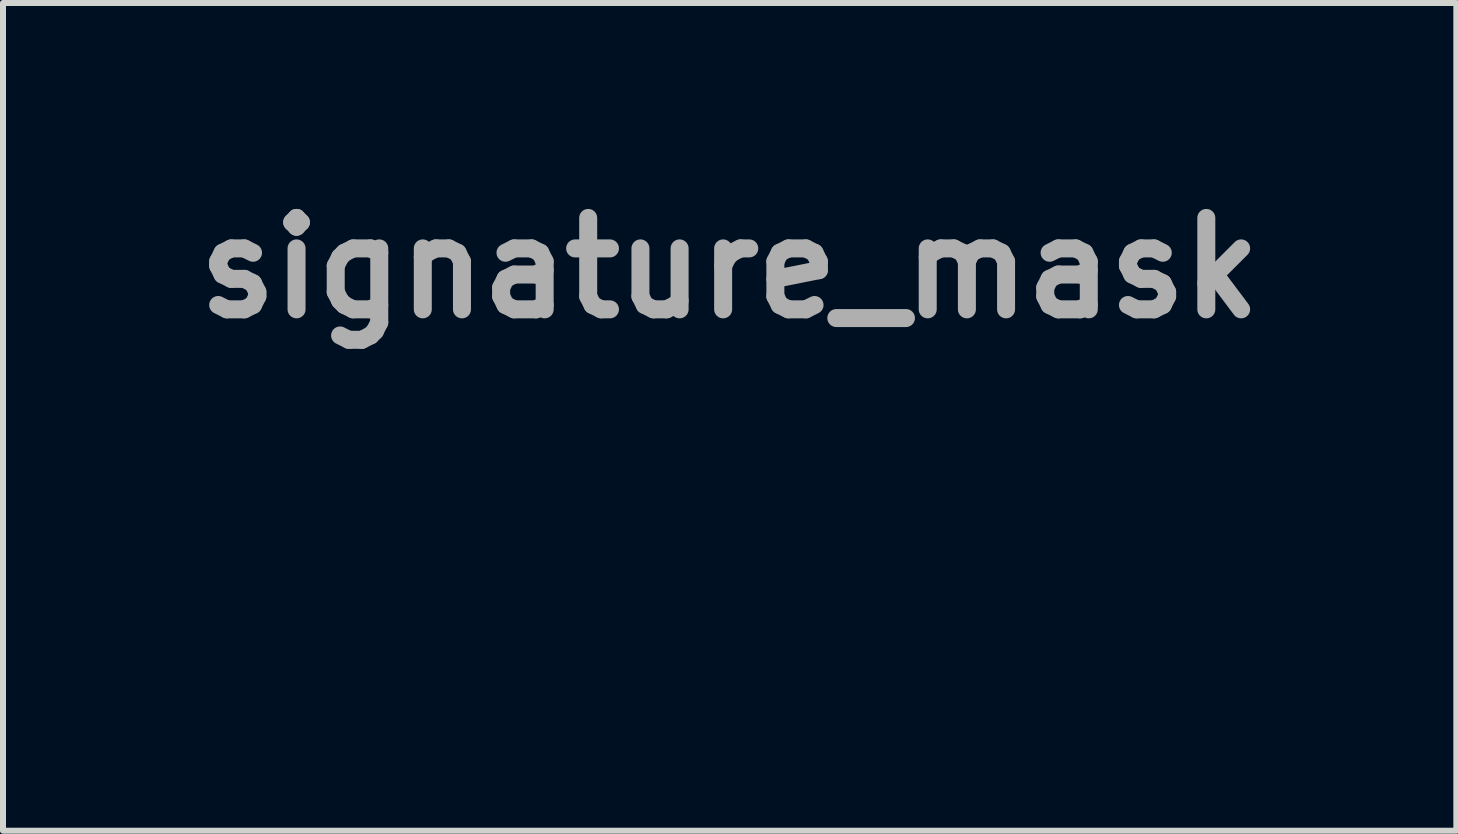
<source format=kicad_pcb>
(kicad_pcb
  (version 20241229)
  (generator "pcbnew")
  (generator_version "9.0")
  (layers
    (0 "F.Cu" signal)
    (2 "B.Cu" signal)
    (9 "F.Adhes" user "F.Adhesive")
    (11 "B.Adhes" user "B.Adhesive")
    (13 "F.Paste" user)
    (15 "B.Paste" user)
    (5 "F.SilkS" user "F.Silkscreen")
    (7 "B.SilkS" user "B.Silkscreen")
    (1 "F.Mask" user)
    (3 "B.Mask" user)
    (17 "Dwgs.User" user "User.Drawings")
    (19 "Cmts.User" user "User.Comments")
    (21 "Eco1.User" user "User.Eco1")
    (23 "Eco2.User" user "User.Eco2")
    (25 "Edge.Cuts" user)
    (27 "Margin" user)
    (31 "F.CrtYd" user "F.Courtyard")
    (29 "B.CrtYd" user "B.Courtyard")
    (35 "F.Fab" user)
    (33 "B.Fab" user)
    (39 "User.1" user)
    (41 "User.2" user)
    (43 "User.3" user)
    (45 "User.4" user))
  (footprint "signature_mask"
    (layer "F.Cu")
    (at 9.115 5.718)
    (property "Reference" "signature_mask" (at 0 -4.3 0) (layer "F.Fab") (effects (font (size 1.524 1.524) (thickness 0.3))))
    (attr board_only exclude_from_pos_files exclude_from_bom)
    (fp_poly (pts (xy -1.745 -2.35) (xy -1.718 -2.339) (xy -1.695 -2.319) (xy -1.691 -2.315) (xy -1.674 -2.287) (xy -1.669 -2.257) (xy -1.677 -2.225) (xy -1.68 -2.219) (xy -1.693 -2.196) (xy -1.709 -2.18) (xy -1.732 -2.169) (xy -1.763 -2.159) (xy -1.764 -2.159) (xy -1.796 -2.148) (xy -1.838 -2.13) (xy -1.887 -2.106) (xy -1.943 -2.076) (xy -1.984 -2.052) (xy -2.086 -1.99) (xy -2.195 -1.92) (xy -2.31 -1.842) (xy -2.431 -1.756) (xy -2.556 -1.665) (xy -2.683 -1.568) (xy -2.813 -1.468) (xy -2.943 -1.364) (xy -3.072 -1.258) (xy -3.199 -1.15) (xy -3.323 -1.042) (xy -3.443 -0.935) (xy -3.558 -0.83) (xy -3.666 -0.726) (xy -3.718 -0.675) (xy -3.803 -0.588) (xy -3.879 -0.508) (xy -3.944 -0.435) (xy -4 -0.368) (xy -4.048 -0.307) (xy -4.073 -0.271) (xy -4.09 -0.244) (xy -4.105 -0.215) (xy -4.119 -0.186) (xy -4.13 -0.16) (xy -4.137 -0.138) (xy -4.139 -0.124) (xy -4.136 -0.119) (xy -4.126 -0.117) (xy -4.114 -0.114) (xy -4.098 -0.112) (xy -4.072 -0.111) (xy -4.037 -0.11) (xy -3.997 -0.11) (xy -3.953 -0.11) (xy -3.909 -0.111) (xy -3.868 -0.113) (xy -3.83 -0.115) (xy -3.83 -0.115) (xy -3.794 -0.117) (xy -3.764 -0.119) (xy -3.738 -0.121) (xy -3.713 -0.123) (xy -3.688 -0.125) (xy -3.659 -0.128) (xy -3.625 -0.131) (xy -3.583 -0.135) (xy -3.53 -0.139) (xy -3.509 -0.141) (xy -3.474 -0.145) (xy -3.442 -0.147) (xy -3.418 -0.149) (xy -3.403 -0.151) (xy -3.4 -0.151) (xy -3.388 -0.151) (xy -3.368 -0.153) (xy -3.35 -0.155) (xy -3.291 -0.16) (xy -3.238 -0.165) (xy -3.187 -0.168) (xy -3.137 -0.171) (xy -3.083 -0.173) (xy -3.024 -0.174) (xy -2.957 -0.174) (xy -2.9 -0.175) (xy -2.83 -0.175) (xy -2.771 -0.174) (xy -2.721 -0.173) (xy -2.678 -0.172) (xy -2.641 -0.17) (xy -2.606 -0.167) (xy -2.573 -0.163) (xy -2.539 -0.158) (xy -2.523 -0.156) (xy -2.502 -0.153) (xy -2.48 -0.149) (xy -2.459 -0.146) (xy -2.441 -0.142) (xy -2.441 -0.142) (xy -2.424 -0.139) (xy -2.401 -0.136) (xy -2.395 -0.135) (xy -2.376 -0.132) (xy -2.363 -0.129) (xy -2.36 -0.128) (xy -2.353 -0.125) (xy -2.34 -0.122) (xy -2.318 -0.117) (xy -2.308 -0.115) (xy -2.286 -0.109) (xy -2.255 -0.099) (xy -2.219 -0.087) (xy -2.182 -0.073) (xy -2.147 -0.059) (xy -2.128 -0.05) (xy -2.056 -0.013) (xy -1.986 0.034) (xy -1.922 0.086) (xy -1.865 0.142) (xy -1.824 0.193) (xy -1.799 0.229) (xy -1.777 0.268) (xy -1.757 0.304) (xy -1.743 0.336) (xy -1.74 0.346) (xy -1.733 0.362) (xy -1.726 0.368) (xy -1.721 0.367) (xy -1.711 0.364) (xy -1.691 0.357) (xy -1.663 0.347) (xy -1.629 0.336) (xy -1.594 0.324) (xy -1.556 0.311) (xy -1.521 0.3) (xy -1.491 0.289) (xy -1.469 0.282) (xy -1.459 0.278) (xy -1.446 0.273) (xy -1.435 0.268) (xy -1.421 0.262) (xy -1.402 0.255) (xy -1.376 0.245) (xy -1.343 0.232) (xy -1.314 0.22) (xy -1.29 0.211) (xy -1.27 0.202) (xy -1.25 0.194) (xy -1.228 0.184) (xy -1.2 0.172) (xy -1.164 0.156) (xy -1.148 0.148) (xy -1.105 0.128) (xy -1.072 0.11) (xy -1.045 0.092) (xy -1.019 0.072) (xy -1.016 0.069) (xy -0.951 0.014) (xy -0.893 -0.034) (xy -0.842 -0.074) (xy -0.794 -0.107) (xy -0.749 -0.135) (xy -0.706 -0.16) (xy -0.662 -0.181) (xy -0.652 -0.186) (xy -0.628 -0.194) (xy -0.597 -0.201) (xy -0.564 -0.207) (xy -0.534 -0.209) (xy -0.513 -0.209) (xy -0.493 -0.205) (xy -0.472 -0.2) (xy -0.456 -0.194) (xy -0.453 -0.192) (xy -0.442 -0.187) (xy -0.427 -0.182) (xy -0.409 -0.174) (xy -0.387 -0.157) (xy -0.363 -0.134) (xy -0.341 -0.108) (xy -0.322 -0.083) (xy -0.315 -0.069) (xy -0.303 -0.036) (xy -0.295 0.000097) (xy -0.292 0.035) (xy -0.295 0.064) (xy -0.298 0.074) (xy -0.316 0.116) (xy -0.332 0.148) (xy -0.35 0.175) (xy -0.371 0.201) (xy -0.375 0.205) (xy -0.415 0.245) (xy -0.468 0.288) (xy -0.53 0.334) (xy -0.6 0.382) (xy -0.678 0.431) (xy -0.763 0.48) (xy -0.779 0.489) (xy -0.816 0.509) (xy -0.844 0.525) (xy -0.865 0.539) (xy -0.881 0.552) (xy -0.896 0.566) (xy -0.911 0.583) (xy -0.928 0.602) (xy -0.998 0.691) (xy -1.065 0.781) (xy -1.125 0.871) (xy -1.18 0.96) (xy -1.227 1.045) (xy -1.265 1.125) (xy -1.294 1.199) (xy -1.297 1.207) (xy -1.306 1.235) (xy -1.312 1.254) (xy -1.315 1.27) (xy -1.318 1.288) (xy -1.32 1.311) (xy -1.321 1.324) (xy -1.322 1.364) (xy -1.318 1.393) (xy -1.308 1.414) (xy -1.292 1.429) (xy -1.267 1.439) (xy -1.263 1.44) (xy -1.246 1.443) (xy -1.218 1.444) (xy -1.184 1.444) (xy -1.148 1.443) (xy -1.112 1.442) (xy -1.08 1.439) (xy -1.056 1.435) (xy -1.045 1.433) (xy -1.031 1.429) (xy -1.019 1.426) (xy -0.999 1.421) (xy -0.974 1.413) (xy 0.108 1.413) (xy 0.113 1.46) (xy 0.115 1.474) (xy 0.127 1.508) (xy 0.147 1.542) (xy 0.172 1.569) (xy 0.174 1.571) (xy 0.189 1.583) (xy 0.2 1.591) (xy 0.203 1.591) (xy 0.211 1.591) (xy 0.223 1.593) (xy 0.236 1.596) (xy 0.251 1.597) (xy 0.272 1.595) (xy 0.301 1.592) (xy 0.304 1.591) (xy 0.358 1.578) (xy 0.415 1.555) (xy 0.473 1.522) (xy 0.53 1.482) (xy 0.585 1.435) (xy 0.634 1.384) (xy 0.678 1.33) (xy 0.712 1.274) (xy 0.717 1.266) (xy 0.732 1.227) (xy 0.744 1.181) (xy 0.751 1.133) (xy 0.754 1.088) (xy 0.753 1.086) (xy 0.746 1.038) (xy 0.729 0.988) (xy 0.703 0.938) (xy 0.674 0.896) (xy 0.642 0.86) (xy 0.613 0.836) (xy 0.584 0.821) (xy 0.566 0.816) (xy 0.546 0.812) (xy 0.531 0.808) (xy 0.528 0.807) (xy 0.514 0.801) (xy 0.496 0.797) (xy 0.474 0.792) (xy 0.454 0.784) (xy 0.441 0.78) (xy 0.432 0.78) (xy 0.424 0.789) (xy 0.414 0.805) (xy 0.4 0.824) (xy 0.38 0.852) (xy 0.355 0.885) (xy 0.326 0.921) (xy 0.296 0.959) (xy 0.266 0.996) (xy 0.237 1.029) (xy 0.214 1.056) (xy 0.194 1.08) (xy 0.177 1.103) (xy 0.165 1.12) (xy 0.161 1.129) (xy 0.156 1.145) (xy 0.152 1.154) (xy 0.149 1.16) (xy 0.145 1.17) (xy 0.14 1.188) (xy 0.133 1.215) (xy 0.124 1.252) (xy 0.123 1.259) (xy 0.114 1.308) (xy 0.109 1.361) (xy 0.108 1.413) (xy -0.974 1.413) (xy -0.97 1.412) (xy -0.935 1.4) (xy -0.898 1.386) (xy -0.862 1.371) (xy -0.831 1.358) (xy -0.813 1.349) (xy -0.717 1.297) (xy -0.616 1.233) (xy -0.51 1.159) (xy -0.402 1.076) (xy -0.291 0.984) (xy -0.193 0.897) (xy -0.158 0.865) (xy -0.132 0.839) (xy -0.112 0.818) (xy -0.098 0.8) (xy -0.087 0.782) (xy -0.085 0.777) (xy -0.045 0.704) (xy 0.001 0.63) (xy 0.047 0.561) (xy 0.057 0.549) (xy 0.081 0.517) (xy 0.108 0.485) (xy 0.134 0.455) (xy 0.159 0.428) (xy 0.18 0.406) (xy 0.197 0.391) (xy 0.208 0.384) (xy 0.209 0.384) (xy 0.223 0.381) (xy 0.23 0.378) (xy 0.245 0.371) (xy 0.26 0.365) (xy 0.279 0.356) (xy 0.294 0.35) (xy 0.31 0.346) (xy 0.335 0.345) (xy 0.356 0.346) (xy 0.4 0.354) (xy 0.438 0.369) (xy 0.469 0.391) (xy 0.478 0.401) (xy 0.493 0.413) (xy 0.512 0.422) (xy 0.516 0.423) (xy 0.551 0.435) (xy 0.594 0.454) (xy 0.643 0.479) (xy 0.693 0.507) (xy 0.756 0.544) (xy 0.806 0.54) (xy 0.84 0.537) (xy 0.865 0.534) (xy 0.887 0.531) (xy 0.91 0.526) (xy 0.991 0.503) (xy 1.004 0.497) (xy 1.883 0.497) (xy 1.883 0.547) (xy 1.883 0.596) (xy 1.884 0.643) (xy 1.885 0.685) (xy 1.886 0.719) (xy 1.888 0.743) (xy 1.888 0.744) (xy 1.89 0.773) (xy 1.893 0.803) (xy 1.895 0.817) (xy 1.9 0.861) (xy 1.905 0.894) (xy 1.911 0.921) (xy 1.918 0.943) (xy 1.923 0.957) (xy 1.925 0.966) (xy 1.925 0.966) (xy 1.927 0.974) (xy 1.929 0.98) (xy 1.937 0.988) (xy 1.954 0.987) (xy 1.98 0.975) (xy 2.001 0.963) (xy 2.031 0.941) (xy 2.066 0.911) (xy 2.102 0.877) (xy 2.136 0.841) (xy 2.163 0.811) (xy 2.2 0.76) (xy 2.24 0.699) (xy 2.28 0.631) (xy 2.32 0.558) (xy 2.358 0.484) (xy 2.391 0.411) (xy 2.42 0.342) (xy 2.423 0.334) (xy 2.431 0.312) (xy 2.441 0.286) (xy 2.447 0.27) (xy 2.454 0.251) (xy 2.982 0.251) (xy 2.986 0.331) (xy 2.988 0.364) (xy 2.99 0.392) (xy 2.991 0.414) (xy 2.993 0.426) (xy 2.995 0.44) (xy 2.998 0.462) (xy 2.999 0.476) (xy 3.003 0.506) (xy 3.007 0.537) (xy 3.009 0.549) (xy 3.014 0.576) (xy 3.018 0.604) (xy 3.019 0.615) (xy 3.022 0.637) (xy 3.025 0.656) (xy 3.026 0.66) (xy 3.03 0.677) (xy 3.032 0.686) (xy 3.037 0.701) (xy 3.042 0.716) (xy 3.049 0.737) (xy 3.052 0.753) (xy 3.059 0.775) (xy 3.071 0.803) (xy 3.087 0.835) (xy 3.106 0.866) (xy 3.123 0.893) (xy 3.135 0.908) (xy 3.162 0.933) (xy 3.195 0.957) (xy 3.229 0.977) (xy 3.262 0.99) (xy 3.271 0.992) (xy 3.289 0.995) (xy 3.317 0.996) (xy 3.348 0.997) (xy 3.382 0.997) (xy 3.414 0.997) (xy 3.44 0.995) (xy 3.459 0.993) (xy 3.463 0.992) (xy 3.48 0.987) (xy 3.496 0.983) (xy 3.524 0.978) (xy 3.548 0.972) (xy 3.571 0.964) (xy 3.598 0.954) (xy 3.631 0.94) (xy 3.651 0.931) (xy 3.717 0.897) (xy 3.779 0.859) (xy 3.834 0.817) (xy 3.883 0.772) (xy 3.922 0.727) (xy 3.951 0.681) (xy 3.966 0.643) (xy 3.972 0.621) (xy 3.973 0.606) (xy 3.97 0.59) (xy 3.966 0.579) (xy 3.945 0.541) (xy 3.911 0.504) (xy 3.866 0.468) (xy 3.81 0.435) (xy 3.744 0.404) (xy 3.681 0.38) (xy 3.655 0.372) (xy 3.634 0.365) (xy 3.62 0.361) (xy 3.618 0.361) (xy 3.606 0.358) (xy 3.587 0.353) (xy 3.578 0.351) (xy 3.561 0.346) (xy 3.549 0.343) (xy 3.547 0.342) (xy 3.541 0.341) (xy 3.525 0.337) (xy 3.508 0.333) (xy 3.478 0.326) (xy 3.458 0.321) (xy 3.445 0.318) (xy 3.434 0.316) (xy 3.426 0.314) (xy 3.406 0.31) (xy 3.393 0.308) (xy 3.376 0.304) (xy 3.354 0.301) (xy 3.35 0.301) (xy 3.334 0.298) (xy 3.307 0.294) (xy 3.275 0.29) (xy 3.24 0.284) (xy 3.238 0.284) (xy 3.203 0.278) (xy 3.17 0.274) (xy 3.144 0.27) (xy 3.126 0.268) (xy 3.125 0.267) (xy 3.102 0.265) (xy 3.081 0.262) (xy 3.079 0.261) (xy 3.061 0.259) (xy 3.037 0.256) (xy 3.02 0.254) (xy 2.982 0.251) (xy 2.454 0.251) (xy 2.458 0.24) (xy 2.464 0.221) (xy 2.464 0.209) (xy 2.459 0.203) (xy 2.449 0.201) (xy 2.449 0.201) (xy 2.433 0.2) (xy 2.41 0.199) (xy 2.383 0.197) (xy 2.381 0.197) (xy 2.347 0.194) (xy 2.309 0.191) (xy 2.282 0.188) (xy 2.257 0.186) (xy 2.223 0.183) (xy 2.184 0.18) (xy 2.143 0.176) (xy 2.13 0.175) (xy 2.088 0.171) (xy 2.056 0.168) (xy 2.03 0.165) (xy 2.007 0.163) (xy 1.984 0.16) (xy 1.956 0.157) (xy 1.94 0.156) (xy 1.9 0.152) (xy 1.895 0.23) (xy 1.893 0.266) (xy 1.89 0.303) (xy 1.888 0.336) (xy 1.886 0.354) (xy 1.885 0.376) (xy 1.884 0.41) (xy 1.883 0.451) (xy 1.883 0.497) (xy 1.004 0.497) (xy 1.075 0.468) (xy 1.16 0.423) (xy 1.245 0.368) (xy 1.327 0.305) (xy 1.406 0.234) (xy 1.479 0.157) (xy 1.491 0.144) (xy 1.506 0.125) (xy 1.516 0.111) (xy 1.52 0.103) (xy 1.52 0.103) (xy 1.513 0.101) (xy 1.496 0.098) (xy 1.472 0.096) (xy 1.471 0.096) (xy 1.448 0.093) (xy 1.43 0.091) (xy 1.422 0.089) (xy 1.422 0.089) (xy 1.413 0.087) (xy 1.396 0.084) (xy 1.378 0.082) (xy 1.355 0.08) (xy 1.337 0.077) (xy 1.328 0.075) (xy 1.294 0.068) (xy 1.26 0.062) (xy 1.23 0.058) (xy 1.195 0.051) (xy 1.16 0.042) (xy 1.128 0.034) (xy 1.103 0.026) (xy 1.093 0.022) (xy 1.059 0.001) (xy 1.027 -0.026) (xy 1 -0.058) (xy 0.981 -0.091) (xy 0.973 -0.119) (xy 0.971 -0.139) (xy 0.971 -0.167) (xy 0.971 -0.195) (xy 0.973 -0.218) (xy 0.973 -0.225) (xy 0.985 -0.261) (xy 1.007 -0.296) (xy 1.037 -0.328) (xy 1.072 -0.353) (xy 1.089 -0.361) (xy 1.109 -0.37) (xy 1.126 -0.378) (xy 1.129 -0.379) (xy 1.142 -0.381) (xy 1.165 -0.382) (xy 1.194 -0.382) (xy 1.224 -0.379) (xy 1.252 -0.376) (xy 1.26 -0.375) (xy 1.295 -0.369) (xy 1.338 -0.363) (xy 1.363 -0.36) (xy 1.384 -0.357) (xy 1.412 -0.352) (xy 1.442 -0.347) (xy 1.445 -0.347) (xy 1.481 -0.34) (xy 1.507 -0.335) (xy 1.531 -0.331) (xy 1.554 -0.328) (xy 1.556 -0.327) (xy 1.577 -0.324) (xy 1.595 -0.321) (xy 1.609 -0.32) (xy 1.612 -0.325) (xy 1.615 -0.347) (xy 1.621 -0.37) (xy 1.626 -0.388) (xy 1.628 -0.392) (xy 1.632 -0.401) (xy 1.631 -0.403) (xy 1.631 -0.409) (xy 1.635 -0.424) (xy 1.638 -0.435) (xy 1.645 -0.457) (xy 1.65 -0.477) (xy 1.651 -0.482) (xy 1.655 -0.497) (xy 1.662 -0.519) (xy 1.668 -0.539) (xy 1.675 -0.561) (xy 1.681 -0.58) (xy 1.684 -0.589) (xy 1.688 -0.604) (xy 1.694 -0.627) (xy 1.703 -0.652) (xy 1.711 -0.677) (xy 1.719 -0.699) (xy 1.725 -0.713) (xy 1.727 -0.717) (xy 1.733 -0.729) (xy 1.733 -0.733) (xy 1.736 -0.745) (xy 1.742 -0.762) (xy 1.742 -0.763) (xy 1.749 -0.779) (xy 1.758 -0.803) (xy 1.769 -0.83) (xy 1.773 -0.84) (xy 1.787 -0.877) (xy 1.799 -0.906) (xy 1.809 -0.93) (xy 1.819 -0.953) (xy 1.832 -0.979) (xy 1.847 -1.01) (xy 1.874 -1.059) (xy 1.899 -1.097) (xy 1.926 -1.127) (xy 1.955 -1.15) (xy 1.99 -1.169) (xy 1.99 -1.169) (xy 2.015 -1.18) (xy 2.034 -1.186) (xy 2.051 -1.189) (xy 2.072 -1.188) (xy 2.086 -1.187) (xy 2.114 -1.184) (xy 2.135 -1.179) (xy 2.153 -1.172) (xy 2.174 -1.159) (xy 2.19 -1.147) (xy 2.214 -1.124) (xy 2.237 -1.093) (xy 2.255 -1.059) (xy 2.266 -1.028) (xy 2.272 -0.989) (xy 2.275 -0.943) (xy 2.276 -0.895) (xy 2.274 -0.858) (xy 2.267 -0.786) (xy 2.26 -0.727) (xy 2.253 -0.681) (xy 2.248 -0.655) (xy 2.243 -0.633) (xy 2.239 -0.613) (xy 2.238 -0.609) (xy 2.234 -0.59) (xy 2.229 -0.569) (xy 2.229 -0.569) (xy 2.225 -0.552) (xy 2.223 -0.541) (xy 2.223 -0.541) (xy 2.22 -0.532) (xy 2.214 -0.516) (xy 2.212 -0.511) (xy 2.204 -0.488) (xy 2.197 -0.462) (xy 2.195 -0.457) (xy 2.188 -0.432) (xy 2.178 -0.405) (xy 2.176 -0.4) (xy 2.168 -0.381) (xy 2.164 -0.367) (xy 2.163 -0.364) (xy 2.16 -0.353) (xy 2.154 -0.336) (xy 2.154 -0.335) (xy 2.146 -0.316) (xy 2.136 -0.292) (xy 2.133 -0.284) (xy 2.126 -0.265) (xy 2.12 -0.251) (xy 2.119 -0.247) (xy 2.123 -0.241) (xy 2.139 -0.236) (xy 2.169 -0.23) (xy 2.193 -0.227) (xy 2.216 -0.225) (xy 2.237 -0.222) (xy 2.239 -0.222) (xy 2.257 -0.22) (xy 2.282 -0.217) (xy 2.295 -0.215) (xy 2.32 -0.212) (xy 2.352 -0.209) (xy 2.383 -0.205) (xy 2.385 -0.205) (xy 2.412 -0.201) (xy 2.436 -0.198) (xy 2.452 -0.196) (xy 2.454 -0.195) (xy 2.469 -0.194) (xy 2.492 -0.191) (xy 2.518 -0.189) (xy 2.564 -0.184) (xy 2.573 -0.236) (xy 2.577 -0.263) (xy 2.581 -0.287) (xy 2.583 -0.303) (xy 2.583 -0.304) (xy 2.586 -0.324) (xy 2.589 -0.353) (xy 2.593 -0.386) (xy 2.598 -0.42) (xy 2.601 -0.45) (xy 2.603 -0.46) (xy 2.605 -0.478) (xy 2.608 -0.503) (xy 2.609 -0.513) (xy 2.612 -0.533) (xy 2.615 -0.562) (xy 2.62 -0.596) (xy 2.624 -0.625) (xy 2.629 -0.664) (xy 2.632 -0.693) (xy 2.635 -0.715) (xy 2.637 -0.733) (xy 2.639 -0.75) (xy 2.641 -0.77) (xy 2.642 -0.787) (xy 2.645 -0.811) (xy 2.647 -0.83) (xy 2.649 -0.84) (xy 2.649 -0.84) (xy 2.651 -0.848) (xy 2.653 -0.866) (xy 2.656 -0.89) (xy 2.656 -0.893) (xy 2.658 -0.918) (xy 2.661 -0.936) (xy 2.663 -0.946) (xy 2.663 -0.947) (xy 2.665 -0.956) (xy 2.668 -0.972) (xy 2.668 -0.974) (xy 2.676 -1.001) (xy 2.689 -1.033) (xy 2.707 -1.065) (xy 2.726 -1.091) (xy 2.727 -1.092) (xy 2.761 -1.121) (xy 2.802 -1.142) (xy 2.847 -1.153) (xy 2.893 -1.154) (xy 2.937 -1.144) (xy 2.953 -1.137) (xy 2.993 -1.112) (xy 3.025 -1.077) (xy 3.052 -1.032) (xy 3.052 -1.032) (xy 3.062 -1.01) (xy 3.068 -0.991) (xy 3.071 -0.97) (xy 3.072 -0.944) (xy 3.072 -0.926) (xy 3.071 -0.869) (xy 3.067 -0.814) (xy 3.06 -0.766) (xy 3.058 -0.759) (xy 3.055 -0.737) (xy 3.052 -0.722) (xy 3.047 -0.678) (xy 3.043 -0.646) (xy 3.042 -0.626) (xy 3.042 -0.618) (xy 3.041 -0.607) (xy 3.039 -0.584) (xy 3.036 -0.553) (xy 3.033 -0.516) (xy 3.028 -0.475) (xy 3.023 -0.432) (xy 3.019 -0.389) (xy 3.014 -0.35) (xy 3.013 -0.347) (xy 3.006 -0.286) (xy 3.001 -0.236) (xy 2.997 -0.197) (xy 2.995 -0.169) (xy 2.994 -0.129) (xy 3.027 -0.124) (xy 3.051 -0.12) (xy 3.075 -0.117) (xy 3.082 -0.115) (xy 3.106 -0.112) (xy 3.129 -0.109) (xy 3.146 -0.106) (xy 3.172 -0.102) (xy 3.201 -0.097) (xy 3.208 -0.095) (xy 3.237 -0.09) (xy 3.264 -0.086) (xy 3.284 -0.083) (xy 3.287 -0.082) (xy 3.306 -0.079) (xy 3.321 -0.076) (xy 3.322 -0.076) (xy 3.35 -0.069) (xy 3.39 -0.062) (xy 3.41 -0.058) (xy 3.426 -0.053) (xy 3.428 -0.052) (xy 3.437 -0.048) (xy 3.44 -0.049) (xy 3.445 -0.049) (xy 3.459 -0.047) (xy 3.464 -0.045) (xy 3.485 -0.04) (xy 3.503 -0.036) (xy 3.505 -0.036) (xy 3.52 -0.032) (xy 3.541 -0.027) (xy 3.558 -0.022) (xy 3.579 -0.017) (xy 3.595 -0.012) (xy 3.602 -0.011) (xy 3.627 -0.004) (xy 3.66 0.007) (xy 3.699 0.019) (xy 3.74 0.032) (xy 3.779 0.046) (xy 3.815 0.058) (xy 3.843 0.069) (xy 3.856 0.074) (xy 3.947 0.117) (xy 4.027 0.161) (xy 4.096 0.207) (xy 4.157 0.258) (xy 4.205 0.306) (xy 4.226 0.33) (xy 4.246 0.357) (xy 4.265 0.383) (xy 4.28 0.407) (xy 4.29 0.425) (xy 4.293 0.435) (xy 4.296 0.445) (xy 4.302 0.46) (xy 4.302 0.46) (xy 4.311 0.48) (xy 4.316 0.496) (xy 4.319 0.513) (xy 4.324 0.535) (xy 4.326 0.542) (xy 4.332 0.592) (xy 4.331 0.649) (xy 4.323 0.708) (xy 4.309 0.767) (xy 4.306 0.778) (xy 4.294 0.809) (xy 4.276 0.846) (xy 4.254 0.886) (xy 4.23 0.924) (xy 4.207 0.958) (xy 4.204 0.962) (xy 4.138 1.039) (xy 4.061 1.112) (xy 3.976 1.179) (xy 3.885 1.238) (xy 3.79 1.287) (xy 3.777 1.293) (xy 3.749 1.305) (xy 3.718 1.318) (xy 3.686 1.331) (xy 3.657 1.342) (xy 3.633 1.35) (xy 3.617 1.356) (xy 3.612 1.357) (xy 3.604 1.358) (xy 3.588 1.362) (xy 3.582 1.364) (xy 3.57 1.367) (xy 3.56 1.37) (xy 3.549 1.372) (xy 3.534 1.375) (xy 3.512 1.378) (xy 3.481 1.383) (xy 3.469 1.385) (xy 3.38 1.394) (xy 3.29 1.393) (xy 3.202 1.382) (xy 3.119 1.362) (xy 3.042 1.332) (xy 3.027 1.325) (xy 2.95 1.279) (xy 2.879 1.223) (xy 2.814 1.158) (xy 2.758 1.085) (xy 2.712 1.009) (xy 2.706 0.995) (xy 2.675 0.926) (xy 2.652 0.867) (xy 2.637 0.816) (xy 2.636 0.811) (xy 2.634 0.805) (xy 2.631 0.802) (xy 2.626 0.806) (xy 2.617 0.817) (xy 2.604 0.836) (xy 2.585 0.864) (xy 2.579 0.874) (xy 2.505 0.977) (xy 2.425 1.074) (xy 2.341 1.161) (xy 2.291 1.207) (xy 2.247 1.245) (xy 2.206 1.275) (xy 2.164 1.301) (xy 2.122 1.323) (xy 2.048 1.351) (xy 1.974 1.367) (xy 1.9 1.37) (xy 1.829 1.36) (xy 1.818 1.357) (xy 1.808 1.354) (xy 1.795 1.349) (xy 1.777 1.342) (xy 1.753 1.332) (xy 1.73 1.319) (xy 1.702 1.296) (xy 1.668 1.265) (xy 1.667 1.264) (xy 1.639 1.234) (xy 1.617 1.209) (xy 1.6 1.183) (xy 1.583 1.152) (xy 1.579 1.144) (xy 1.559 1.098) (xy 1.54 1.044) (xy 1.524 0.989) (xy 1.512 0.938) (xy 1.512 0.936) (xy 1.506 0.897) (xy 1.501 0.864) (xy 1.497 0.84) (xy 1.496 0.827) (xy 1.496 0.827) (xy 1.495 0.817) (xy 1.494 0.797) (xy 1.493 0.768) (xy 1.492 0.733) (xy 1.491 0.704) (xy 1.49 0.667) (xy 1.488 0.635) (xy 1.487 0.611) (xy 1.486 0.595) (xy 1.486 0.591) (xy 1.48 0.594) (xy 1.466 0.603) (xy 1.445 0.617) (xy 1.422 0.633) (xy 1.398 0.648) (xy 1.368 0.666) (xy 1.333 0.686) (xy 1.297 0.705) (xy 1.261 0.724) (xy 1.228 0.741) (xy 1.199 0.754) (xy 1.177 0.763) (xy 1.164 0.767) (xy 1.164 0.767) (xy 1.151 0.771) (xy 1.147 0.773) (xy 1.138 0.778) (xy 1.119 0.785) (xy 1.094 0.793) (xy 1.068 0.801) (xy 1.043 0.808) (xy 1.023 0.812) (xy 1.017 0.813) (xy 1.014 0.819) (xy 1.017 0.834) (xy 1.026 0.856) (xy 1.03 0.863) (xy 1.04 0.886) (xy 1.051 0.917) (xy 1.061 0.95) (xy 1.07 0.981) (xy 1.075 1.005) (xy 1.076 1.008) (xy 1.081 1.058) (xy 1.083 1.108) (xy 1.083 1.154) (xy 1.079 1.192) (xy 1.079 1.194) (xy 1.073 1.232) (xy 1.069 1.259) (xy 1.065 1.277) (xy 1.061 1.29) (xy 1.057 1.298) (xy 1.054 1.307) (xy 1.055 1.31) (xy 1.056 1.312) (xy 1.054 1.32) (xy 1.048 1.336) (xy 1.039 1.362) (xy 1.032 1.379) (xy 0.996 1.457) (xy 0.949 1.533) (xy 0.891 1.607) (xy 0.825 1.677) (xy 0.751 1.741) (xy 0.671 1.798) (xy 0.587 1.846) (xy 0.576 1.851) (xy 0.544 1.866) (xy 0.508 1.881) (xy 0.471 1.895) (xy 0.436 1.908) (xy 0.407 1.917) (xy 0.39 1.921) (xy 0.374 1.924) (xy 0.352 1.928) (xy 0.338 1.931) (xy 0.311 1.935) (xy 0.276 1.937) (xy 0.238 1.938) (xy 0.201 1.937) (xy 0.168 1.935) (xy 0.144 1.931) (xy 0.142 1.931) (xy 0.122 1.926) (xy 0.105 1.922) (xy 0.103 1.921) (xy 0.09 1.918) (xy 0.075 1.912) (xy 0.054 1.903) (xy 0.032 1.892) (xy -0.026 1.857) (xy -0.081 1.811) (xy -0.131 1.757) (xy -0.173 1.697) (xy -0.206 1.632) (xy -0.212 1.617) (xy -0.224 1.585) (xy -0.232 1.563) (xy -0.237 1.546) (xy -0.24 1.531) (xy -0.241 1.528) (xy -0.246 1.498) (xy -0.25 1.477) (xy -0.253 1.465) (xy -0.254 1.464) (xy -0.259 1.467) (xy -0.274 1.476) (xy -0.297 1.49) (xy -0.325 1.509) (xy -0.354 1.528) (xy -0.424 1.572) (xy -0.497 1.615) (xy -0.57 1.655) (xy -0.641 1.691) (xy -0.707 1.723) (xy -0.767 1.747) (xy -0.781 1.752) (xy -0.8 1.76) (xy -0.816 1.766) (xy -0.817 1.767) (xy -0.831 1.772) (xy -0.854 1.78) (xy -0.881 1.789) (xy -0.908 1.797) (xy -0.931 1.804) (xy -0.947 1.808) (xy -0.949 1.809) (xy -0.965 1.812) (xy -0.972 1.815) (xy -0.985 1.818) (xy -1.004 1.822) (xy -1.008 1.822) (xy -1.025 1.825) (xy -1.037 1.828) (xy -1.038 1.829) (xy -1.051 1.833) (xy -1.075 1.836) (xy -1.106 1.839) (xy -1.143 1.84) (xy -1.182 1.841) (xy -1.221 1.841) (xy -1.258 1.84) (xy -1.289 1.838) (xy -1.298 1.837) (xy -1.376 1.822) (xy -1.45 1.796) (xy -1.517 1.761) (xy -1.577 1.717) (xy -1.625 1.668) (xy -1.642 1.644) (xy -1.661 1.614) (xy -1.679 1.582) (xy -1.694 1.55) (xy -1.705 1.523) (xy -1.709 1.508) (xy -1.713 1.49) (xy -1.719 1.469) (xy -1.719 1.468) (xy -1.724 1.449) (xy -1.728 1.423) (xy -1.73 1.406) (xy -1.733 1.382) (xy -1.735 1.364) (xy -1.737 1.356) (xy -1.738 1.342) (xy -1.737 1.319) (xy -1.734 1.288) (xy -1.73 1.253) (xy -1.724 1.215) (xy -1.719 1.179) (xy -1.713 1.146) (xy -1.707 1.12) (xy -1.706 1.118) (xy -1.702 1.101) (xy -1.7 1.091) (xy -1.7 1.09) (xy -1.698 1.081) (xy -1.692 1.065) (xy -1.686 1.05) (xy -1.677 1.025) (xy -1.668 0.999) (xy -1.664 0.989) (xy -1.656 0.966) (xy -1.645 0.94) (xy -1.642 0.933) (xy -1.622 0.889) (xy -1.607 0.856) (xy -1.597 0.832) (xy -1.591 0.816) (xy -1.588 0.807) (xy -1.589 0.803) (xy -1.592 0.803) (xy -1.598 0.805) (xy -1.602 0.807) (xy -1.62 0.813) (xy -1.637 0.818) (xy -1.652 0.821) (xy -1.66 0.824) (xy -1.66 0.824) (xy -1.668 0.826) (xy -1.684 0.83) (xy -1.694 0.833) (xy -1.711 0.838) (xy -1.722 0.845) (xy -1.729 0.857) (xy -1.736 0.878) (xy -1.736 0.879) (xy -1.751 0.921) (xy -1.766 0.958) (xy -1.773 0.974) (xy -1.778 0.987) (xy -1.779 0.993) (xy -1.783 1.005) (xy -1.792 1.025) (xy -1.806 1.053) (xy -1.823 1.086) (xy -1.843 1.122) (xy -1.864 1.158) (xy -1.885 1.193) (xy -1.905 1.225) (xy -1.909 1.23) (xy -1.985 1.335) (xy -2.073 1.438) (xy -2.169 1.538) (xy -2.273 1.632) (xy -2.383 1.718) (xy -2.495 1.795) (xy -2.501 1.799) (xy -2.53 1.816) (xy -2.566 1.836) (xy -2.606 1.858) (xy -2.649 1.881) (xy -2.691 1.903) (xy -2.73 1.922) (xy -2.763 1.938) (xy -2.788 1.949) (xy -2.791 1.95) (xy -2.814 1.959) (xy -2.835 1.968) (xy -2.835 1.968) (xy -2.849 1.974) (xy -2.871 1.982) (xy -2.899 1.992) (xy -2.928 2.001) (xy -2.955 2.01) (xy -2.976 2.017) (xy -2.986 2.02) (xy -2.996 2.023) (xy -3.014 2.028) (xy -3.023 2.03) (xy -3.045 2.036) (xy -3.064 2.041) (xy -3.069 2.042) (xy -3.088 2.046) (xy -3.099 2.048) (xy -3.11 2.052) (xy -3.112 2.052) (xy -3.125 2.055) (xy -3.144 2.059) (xy -3.173 2.064) (xy -3.201 2.068) (xy -3.224 2.071) (xy -3.244 2.075) (xy -3.257 2.076) (xy -3.28 2.078) (xy -3.309 2.079) (xy -3.344 2.08) (xy -3.38 2.081) (xy -3.417 2.082) (xy -3.451 2.082) (xy -3.479 2.082) (xy -3.501 2.082) (xy -3.512 2.081) (xy -3.513 2.081) (xy -3.521 2.078) (xy -3.537 2.075) (xy -3.549 2.074) (xy -3.572 2.071) (xy -3.592 2.068) (xy -3.598 2.067) (xy -3.617 2.064) (xy -3.638 2.061) (xy -3.638 2.06) (xy -3.661 2.055) (xy -3.684 2.049) (xy -3.7 2.044) (xy -3.71 2.042) (xy -3.711 2.042) (xy -3.72 2.04) (xy -3.737 2.034) (xy -3.76 2.025) (xy -3.785 2.016) (xy -3.809 2.006) (xy -3.828 1.998) (xy -3.837 1.994) (xy -3.884 1.965) (xy -3.931 1.93) (xy -3.974 1.889) (xy -4.011 1.847) (xy -4.038 1.805) (xy -4.041 1.8) (xy -4.052 1.777) (xy -4.061 1.758) (xy -4.065 1.747) (xy -4.065 1.747) (xy -4.075 1.708) (xy -4.081 1.679) (xy -4.085 1.657) (xy -4.087 1.639) (xy -4.087 1.621) (xy -4.086 1.614) (xy -3.691 1.614) (xy -3.659 1.63) (xy -3.637 1.64) (xy -3.618 1.647) (xy -3.611 1.65) (xy -3.591 1.654) (xy -3.578 1.657) (xy -3.563 1.66) (xy -3.54 1.663) (xy -3.519 1.665) (xy -3.496 1.667) (xy -3.48 1.67) (xy -3.473 1.672) (xy -3.464 1.673) (xy -3.445 1.674) (xy -3.418 1.673) (xy -3.385 1.672) (xy -3.348 1.67) (xy -3.311 1.667) (xy -3.275 1.664) (xy -3.243 1.661) (xy -3.218 1.658) (xy -3.215 1.657) (xy -3.179 1.651) (xy -3.153 1.647) (xy -3.136 1.644) (xy -3.125 1.641) (xy -3.117 1.64) (xy -3.111 1.638) (xy -3.11 1.638) (xy -3.095 1.634) (xy -3.081 1.631) (xy -3.066 1.628) (xy -3.043 1.621) (xy -3.017 1.613) (xy -3.012 1.611) (xy -2.885 1.562) (xy -2.761 1.502) (xy -2.641 1.432) (xy -2.528 1.354) (xy -2.422 1.268) (xy -2.326 1.175) (xy -2.242 1.078) (xy -2.229 1.061) (xy -2.213 1.039) (xy -2.196 1.014) (xy -2.179 0.99) (xy -2.165 0.968) (xy -2.154 0.952) (xy -2.15 0.943) (xy -2.15 0.943) (xy -2.155 0.942) (xy -2.165 0.945) (xy -2.184 0.951) (xy -2.2 0.955) (xy -2.235 0.962) (xy -2.261 0.968) (xy -2.276 0.972) (xy -2.289 0.975) (xy -2.307 0.979) (xy -2.318 0.982) (xy -2.359 0.992) (xy -2.401 1.001) (xy -2.439 1.009) (xy -2.458 1.013) (xy -2.471 1.017) (xy -2.48 1.02) (xy -2.489 1.023) (xy -2.504 1.026) (xy -2.512 1.028) (xy -2.534 1.034) (xy -2.563 1.042) (xy -2.596 1.05) (xy -2.628 1.06) (xy -2.658 1.068) (xy -2.68 1.074) (xy -2.689 1.077) (xy -2.706 1.082) (xy -2.73 1.09) (xy -2.748 1.095) (xy -2.779 1.104) (xy -2.814 1.115) (xy -2.852 1.128) (xy -2.89 1.14) (xy -2.926 1.152) (xy -2.956 1.163) (xy -2.978 1.171) (xy -2.987 1.175) (xy -3.004 1.181) (xy -3.015 1.184) (xy -3.016 1.184) (xy -3.027 1.187) (xy -3.035 1.19) (xy -3.048 1.196) (xy -3.067 1.204) (xy -3.076 1.207) (xy -3.148 1.237) (xy -3.223 1.27) (xy -3.297 1.306) (xy -3.368 1.342) (xy -3.433 1.378) (xy -3.489 1.412) (xy -3.497 1.417) (xy -3.54 1.448) (xy -3.582 1.482) (xy -3.619 1.517) (xy -3.65 1.55) (xy -3.672 1.579) (xy -3.676 1.586) (xy -3.691 1.614) (xy -4.086 1.614) (xy -4.086 1.604) (xy -4.082 1.565) (xy -4.078 1.534) (xy -4.07 1.505) (xy -4.058 1.474) (xy -4.047 1.449) (xy -4.014 1.388) (xy -3.972 1.329) (xy -3.92 1.269) (xy -3.858 1.208) (xy -3.783 1.147) (xy -3.698 1.084) (xy -3.641 1.046) (xy -3.575 1.006) (xy -3.501 0.965) (xy -3.422 0.924) (xy -3.34 0.884) (xy -3.259 0.846) (xy -3.181 0.813) (xy -3.158 0.804) (xy -3.121 0.789) (xy -3.086 0.775) (xy -3.057 0.763) (xy -3.036 0.754) (xy -3.025 0.75) (xy -3.008 0.744) (xy -2.996 0.741) (xy -2.995 0.741) (xy -2.983 0.738) (xy -2.969 0.732) (xy -2.956 0.726) (xy -2.933 0.718) (xy -2.904 0.707) (xy -2.87 0.696) (xy -2.836 0.684) (xy -2.803 0.674) (xy -2.776 0.665) (xy -2.756 0.659) (xy -2.749 0.658) (xy -2.734 0.654) (xy -2.712 0.647) (xy -2.687 0.638) (xy -2.685 0.638) (xy -2.661 0.629) (xy -2.64 0.622) (xy -2.628 0.618) (xy -2.627 0.618) (xy -2.615 0.615) (xy -2.595 0.609) (xy -2.58 0.605) (xy -2.555 0.598) (xy -2.531 0.591) (xy -2.52 0.588) (xy -2.498 0.581) (xy -2.477 0.575) (xy -2.46 0.57) (xy -2.436 0.564) (xy -2.418 0.559) (xy -2.396 0.553) (xy -2.379 0.548) (xy -2.371 0.547) (xy -2.338 0.537) (xy -2.316 0.531) (xy -2.302 0.527) (xy -2.295 0.525) (xy -2.282 0.522) (xy -2.261 0.517) (xy -2.239 0.511) (xy -2.218 0.505) (xy -2.203 0.501) (xy -2.199 0.5) (xy -2.168 0.491) (xy -2.146 0.485) (xy -2.13 0.481) (xy -2.117 0.477) (xy -2.105 0.474) (xy -2.091 0.471) (xy -2.07 0.466) (xy -2.095 0.427) (xy -2.113 0.402) (xy -2.132 0.379) (xy -2.147 0.364) (xy -2.166 0.349) (xy -2.191 0.331) (xy -2.219 0.312) (xy -2.247 0.294) (xy -2.272 0.279) (xy -2.29 0.27) (xy -2.295 0.268) (xy -2.312 0.262) (xy -2.333 0.253) (xy -2.338 0.251) (xy -2.361 0.242) (xy -2.387 0.232) (xy -2.411 0.225) (xy -2.424 0.221) (xy -2.434 0.219) (xy -2.452 0.214) (xy -2.461 0.212) (xy -2.485 0.206) (xy -2.504 0.202) (xy -2.522 0.198) (xy -2.543 0.194) (xy -2.573 0.189) (xy -2.576 0.188) (xy -2.608 0.183) (xy -2.634 0.179) (xy -2.658 0.176) (xy -2.684 0.173) (xy -2.715 0.171) (xy -2.756 0.169) (xy -2.762 0.169) (xy -2.793 0.167) (xy -2.82 0.165) (xy -2.84 0.163) (xy -2.85 0.162) (xy -2.859 0.161) (xy -2.879 0.16) (xy -2.908 0.16) (xy -2.945 0.159) (xy -2.987 0.159) (xy -3.032 0.159) (xy -3.078 0.159) (xy -3.123 0.16) (xy -3.165 0.16) (xy -3.203 0.161) (xy -3.233 0.161) (xy -3.254 0.162) (xy -3.275 0.163) (xy -3.306 0.165) (xy -3.346 0.167) (xy -3.391 0.17) (xy -3.439 0.172) (xy -3.476 0.174) (xy -3.523 0.177) (xy -3.565 0.179) (xy -3.602 0.181) (xy -3.631 0.183) (xy -3.65 0.184) (xy -3.658 0.185) (xy -3.667 0.185) (xy -3.687 0.185) (xy -3.717 0.186) (xy -3.756 0.187) (xy -3.8 0.188) (xy -3.849 0.189) (xy -3.863 0.189) (xy -3.933 0.191) (xy -3.991 0.191) (xy -4.037 0.19) (xy -4.073 0.189) (xy -4.099 0.187) (xy -4.104 0.186) (xy -4.131 0.181) (xy -4.157 0.177) (xy -4.173 0.175) (xy -4.19 0.172) (xy -4.201 0.168) (xy -4.201 0.168) (xy -4.212 0.164) (xy -4.222 0.162) (xy -4.24 0.157) (xy -4.25 0.153) (xy -4.263 0.147) (xy -4.283 0.137) (xy -4.296 0.132) (xy -4.332 0.11) (xy -4.367 0.079) (xy -4.398 0.043) (xy -4.423 0.004) (xy -4.439 -0.034) (xy -4.442 -0.046) (xy -4.447 -0.078) (xy -4.45 -0.103) (xy -4.45 -0.126) (xy -4.447 -0.15) (xy -4.442 -0.18) (xy -4.435 -0.215) (xy -4.427 -0.24) (xy -4.413 -0.272) (xy -4.394 -0.31) (xy -4.373 -0.349) (xy -4.35 -0.388) (xy -4.336 -0.41) (xy -4.312 -0.445) (xy -4.288 -0.478) (xy -4.263 -0.511) (xy -4.235 -0.545) (xy -4.202 -0.583) (xy -4.162 -0.627) (xy -4.137 -0.655) (xy -4.066 -0.73) (xy -3.985 -0.81) (xy -3.895 -0.895) (xy -3.797 -0.984) (xy -3.693 -1.076) (xy -3.582 -1.17) (xy -3.466 -1.265) (xy -3.346 -1.361) (xy -3.224 -1.457) (xy -3.099 -1.552) (xy -2.974 -1.646) (xy -2.849 -1.737) (xy -2.726 -1.824) (xy -2.604 -1.908) (xy -2.486 -1.988) (xy -2.372 -2.061) (xy -2.263 -2.129) (xy -2.161 -2.189) (xy -2.066 -2.242) (xy -1.981 -2.285) (xy -1.925 -2.311) (xy -1.878 -2.33) (xy -1.839 -2.344) (xy -1.806 -2.351) (xy -1.779 -2.353)) (stroke (width 0) (type solid)) (fill yes) (layer "F.Mask")))
  (gr_rect
    (start -3 -3)
    (end 21.23 10.8)
    (stroke (width 0.1) (type default))
    (fill no)
    (layer "Edge.Cuts")))
</source>
